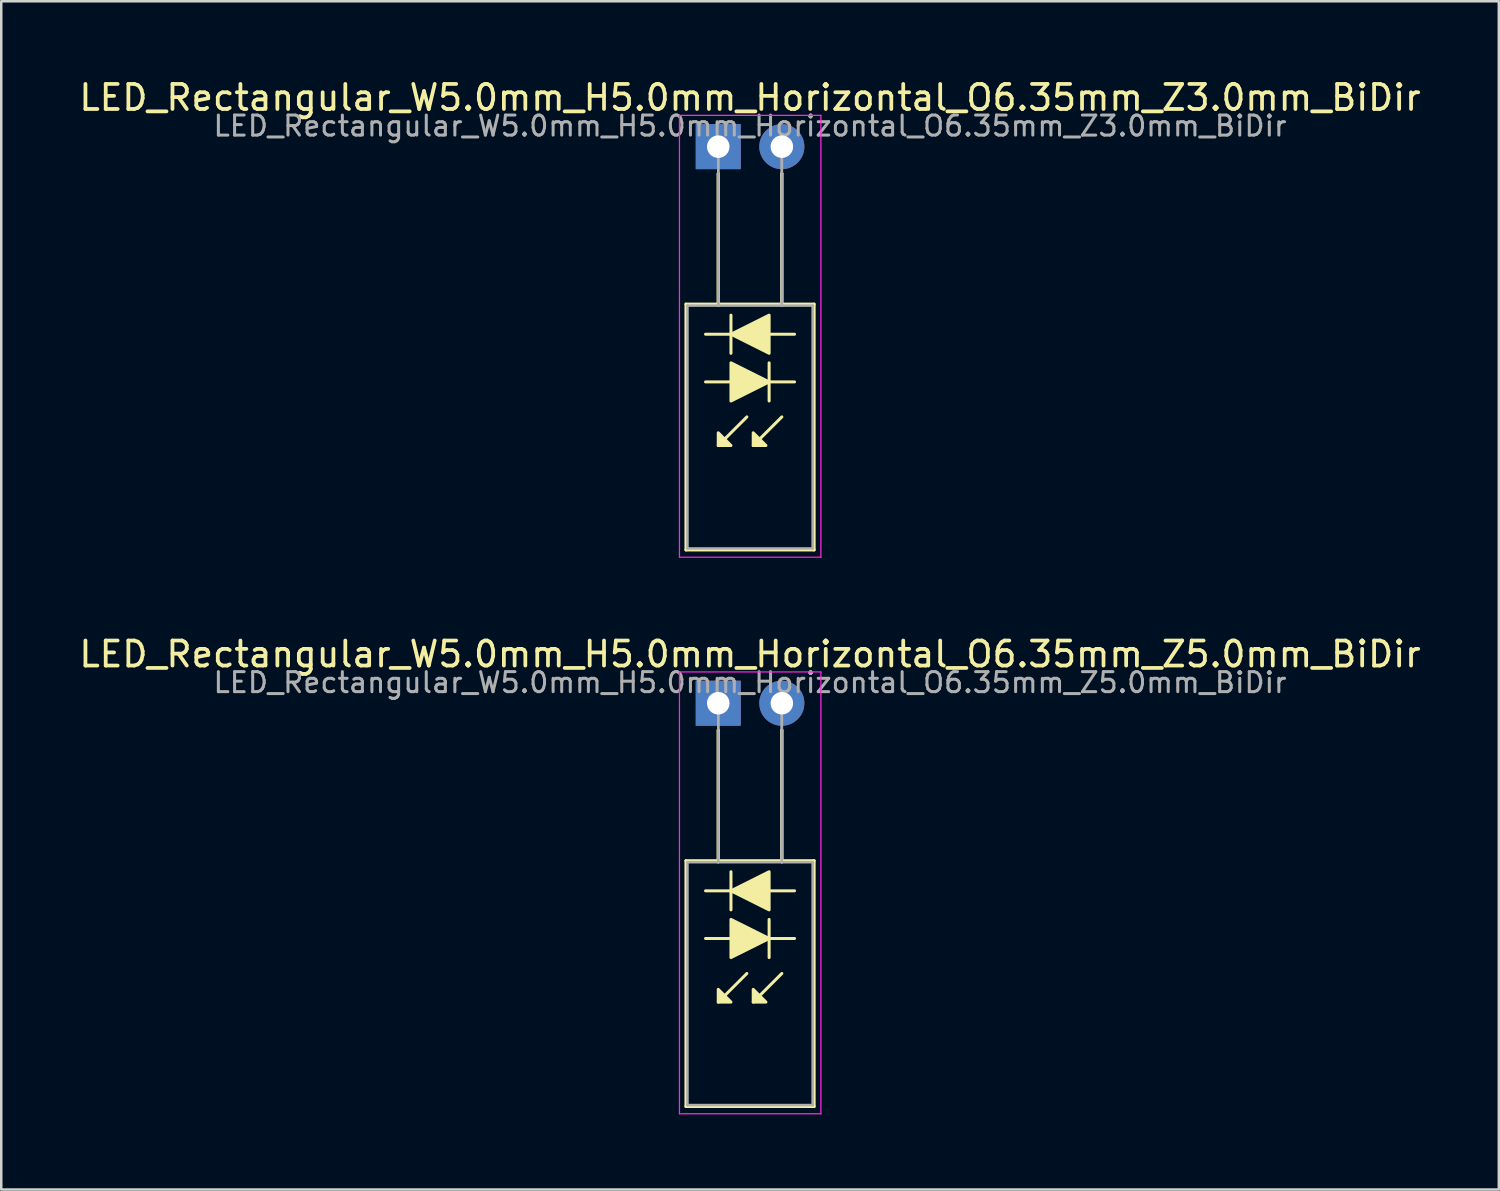
<source format=kicad_pcb>
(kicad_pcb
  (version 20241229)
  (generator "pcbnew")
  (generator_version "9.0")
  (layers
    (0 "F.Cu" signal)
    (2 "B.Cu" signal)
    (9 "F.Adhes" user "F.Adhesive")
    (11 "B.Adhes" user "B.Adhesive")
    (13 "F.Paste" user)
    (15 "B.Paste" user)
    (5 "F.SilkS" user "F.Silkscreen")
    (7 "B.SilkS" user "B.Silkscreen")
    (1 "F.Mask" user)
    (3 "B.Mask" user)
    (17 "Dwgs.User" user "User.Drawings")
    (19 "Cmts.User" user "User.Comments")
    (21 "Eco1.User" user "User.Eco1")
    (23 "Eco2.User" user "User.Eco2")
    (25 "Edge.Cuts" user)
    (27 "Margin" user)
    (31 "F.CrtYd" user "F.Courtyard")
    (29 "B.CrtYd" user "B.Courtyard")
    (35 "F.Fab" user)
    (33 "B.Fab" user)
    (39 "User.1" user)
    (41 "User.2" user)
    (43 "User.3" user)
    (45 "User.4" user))
  (footprint "LED_Rectangular_W5.0mm_H5.0mm_Horizontal_O6.35mm_Z3.0mm_BiDir"
    (layer "F.Cu")
    (at 25.641 2.808)
    (property "Reference" "LED_Rectangular_W5.0mm_H5.0mm_Horizontal_O6.35mm_Z3.0mm_BiDir" (at 1.27 -1.96 0) (layer "F.SilkS") (effects (font (size 1 1) (thickness 0.15))))
    (fp_line (start -1.29 6.29) (end -1.29 16.11) (stroke (width 0.12) (type solid)) (layer "F.SilkS"))
    (fp_line (start -1.29 16.11) (end 3.83 16.11) (stroke (width 0.12) (type solid)) (layer "F.SilkS"))
    (fp_line (start -0.508 9.398) (end 0.508 9.398) (stroke (width 0.12) (type solid)) (layer "F.SilkS"))
    (fp_line (start 0 1.08) (end 0 1.08) (stroke (width 0.12) (type solid)) (layer "F.SilkS"))
    (fp_line (start 0 1.08) (end 0 6.29) (stroke (width 0.12) (type solid)) (layer "F.SilkS"))
    (fp_line (start 0 6.29) (end 0 1.08) (stroke (width 0.12) (type solid)) (layer "F.SilkS"))
    (fp_line (start 0 6.29) (end 0 6.29) (stroke (width 0.12) (type solid)) (layer "F.SilkS"))
    (fp_line (start 0.508 6.731) (end 0.508 8.255) (stroke (width 0.12) (type solid)) (layer "F.SilkS"))
    (fp_line (start 0.508 7.493) (end -0.508 7.493) (stroke (width 0.12) (type solid)) (layer "F.SilkS"))
    (fp_line (start 1.143 10.795) (end 0 11.938) (stroke (width 0.12) (type solid)) (layer "F.SilkS"))
    (fp_line (start 2.032 9.398) (end 3.048 9.398) (stroke (width 0.12) (type solid)) (layer "F.SilkS"))
    (fp_line (start 2.032 10.16) (end 2.032 8.636) (stroke (width 0.12) (type solid)) (layer "F.SilkS"))
    (fp_line (start 2.54 1.08) (end 2.54 1.08) (stroke (width 0.12) (type solid)) (layer "F.SilkS"))
    (fp_line (start 2.54 1.08) (end 2.54 6.29) (stroke (width 0.12) (type solid)) (layer "F.SilkS"))
    (fp_line (start 2.54 6.29) (end 2.54 1.08) (stroke (width 0.12) (type solid)) (layer "F.SilkS"))
    (fp_line (start 2.54 6.29) (end 2.54 6.29) (stroke (width 0.12) (type solid)) (layer "F.SilkS"))
    (fp_line (start 2.54 10.795) (end 1.397 11.938) (stroke (width 0.12) (type solid)) (layer "F.SilkS"))
    (fp_line (start 3.048 7.493) (end 2.032 7.493) (stroke (width 0.12) (type solid)) (layer "F.SilkS"))
    (fp_line (start 3.83 6.29) (end -1.29 6.29) (stroke (width 0.12) (type solid)) (layer "F.SilkS"))
    (fp_line (start 3.83 16.11) (end 3.83 6.29) (stroke (width 0.12) (type solid)) (layer "F.SilkS"))
    (fp_poly (pts (xy 0 11.43) (xy 0.508 11.938) (xy 0 11.938)) (stroke (width 0.12) (type solid)) (fill yes) (layer "F.SilkS"))
    (fp_poly (pts (xy 0.508 8.636) (xy 2.032 9.398) (xy 0.508 10.16)) (stroke (width 0.12) (type solid)) (fill yes) (layer "F.SilkS"))
    (fp_poly (pts (xy 1.397 11.43) (xy 1.905 11.938) (xy 1.397 11.938)) (stroke (width 0.12) (type solid)) (fill yes) (layer "F.SilkS"))
    (fp_poly (pts (xy 2.032 8.255) (xy 0.508 7.493) (xy 2.032 6.731)) (stroke (width 0.12) (type solid)) (fill yes) (layer "F.SilkS"))
    (fp_line (start -1.55 -1.25) (end -1.55 16.4) (stroke (width 0.05) (type solid)) (layer "F.CrtYd"))
    (fp_line (start -1.55 16.4) (end 4.1 16.4) (stroke (width 0.05) (type solid)) (layer "F.CrtYd"))
    (fp_line (start 4.1 -1.25) (end -1.55 -1.25) (stroke (width 0.05) (type solid)) (layer "F.CrtYd"))
    (fp_line (start 4.1 16.4) (end 4.1 -1.25) (stroke (width 0.05) (type solid)) (layer "F.CrtYd"))
    (fp_line (start -1.23 6.35) (end -1.23 16.05) (stroke (width 0.1) (type solid)) (layer "F.Fab"))
    (fp_line (start -1.23 16.05) (end 3.77 16.05) (stroke (width 0.1) (type solid)) (layer "F.Fab"))
    (fp_line (start 0 0) (end 0 0) (stroke (width 0.1) (type solid)) (layer "F.Fab"))
    (fp_line (start 0 0) (end 0 6.35) (stroke (width 0.1) (type solid)) (layer "F.Fab"))
    (fp_line (start 0 6.35) (end 0 0) (stroke (width 0.1) (type solid)) (layer "F.Fab"))
    (fp_line (start 0 6.35) (end 0 6.35) (stroke (width 0.1) (type solid)) (layer "F.Fab"))
    (fp_line (start 2.54 0) (end 2.54 0) (stroke (width 0.1) (type solid)) (layer "F.Fab"))
    (fp_line (start 2.54 0) (end 2.54 6.35) (stroke (width 0.1) (type solid)) (layer "F.Fab"))
    (fp_line (start 2.54 6.35) (end 2.54 0) (stroke (width 0.1) (type solid)) (layer "F.Fab"))
    (fp_line (start 2.54 6.35) (end 2.54 6.35) (stroke (width 0.1) (type solid)) (layer "F.Fab"))
    (fp_line (start 3.77 6.35) (end -1.23 6.35) (stroke (width 0.1) (type solid)) (layer "F.Fab"))
    (fp_line (start 3.77 16.05) (end 3.77 6.35) (stroke (width 0.1) (type solid)) (layer "F.Fab"))
    (fp_text user "${REFERENCE}" (at 1.27 -0.826 0) (layer "F.Fab") (effects (font (size 0.8 0.8) (thickness 0.12))))
    (pad "1" thru_hole rect (at 0 0) (size 1.8 1.8) (drill 0.9) (layers "*.Cu" "*.Mask"))
    (pad "2" thru_hole circle (at 2.54 0) (size 1.8 1.8) (drill 0.9) (layers "*.Cu" "*.Mask")))
  (footprint "LED_Rectangular_W5.0mm_H5.0mm_Horizontal_O6.35mm_Z5.0mm_BiDir"
    (layer "F.Cu")
    (at 25.641 25.041)
    (property "Reference" "LED_Rectangular_W5.0mm_H5.0mm_Horizontal_O6.35mm_Z5.0mm_BiDir" (at 1.27 -1.96 0) (layer "F.SilkS") (effects (font (size 1 1) (thickness 0.15))))
    (fp_line (start -1.29 6.29) (end -1.29 16.11) (stroke (width 0.12) (type solid)) (layer "F.SilkS"))
    (fp_line (start -1.29 16.11) (end 3.83 16.11) (stroke (width 0.12) (type solid)) (layer "F.SilkS"))
    (fp_line (start -0.508 9.398) (end 0.508 9.398) (stroke (width 0.12) (type solid)) (layer "F.SilkS"))
    (fp_line (start 0 1.08) (end 0 1.08) (stroke (width 0.12) (type solid)) (layer "F.SilkS"))
    (fp_line (start 0 1.08) (end 0 6.29) (stroke (width 0.12) (type solid)) (layer "F.SilkS"))
    (fp_line (start 0 6.29) (end 0 1.08) (stroke (width 0.12) (type solid)) (layer "F.SilkS"))
    (fp_line (start 0 6.29) (end 0 6.29) (stroke (width 0.12) (type solid)) (layer "F.SilkS"))
    (fp_line (start 0.508 6.731) (end 0.508 8.255) (stroke (width 0.12) (type solid)) (layer "F.SilkS"))
    (fp_line (start 0.508 7.493) (end -0.508 7.493) (stroke (width 0.12) (type solid)) (layer "F.SilkS"))
    (fp_line (start 1.143 10.795) (end 0 11.938) (stroke (width 0.12) (type solid)) (layer "F.SilkS"))
    (fp_line (start 2.032 9.398) (end 3.048 9.398) (stroke (width 0.12) (type solid)) (layer "F.SilkS"))
    (fp_line (start 2.032 10.16) (end 2.032 8.636) (stroke (width 0.12) (type solid)) (layer "F.SilkS"))
    (fp_line (start 2.54 1.08) (end 2.54 1.08) (stroke (width 0.12) (type solid)) (layer "F.SilkS"))
    (fp_line (start 2.54 1.08) (end 2.54 6.29) (stroke (width 0.12) (type solid)) (layer "F.SilkS"))
    (fp_line (start 2.54 6.29) (end 2.54 1.08) (stroke (width 0.12) (type solid)) (layer "F.SilkS"))
    (fp_line (start 2.54 6.29) (end 2.54 6.29) (stroke (width 0.12) (type solid)) (layer "F.SilkS"))
    (fp_line (start 2.54 10.795) (end 1.397 11.938) (stroke (width 0.12) (type solid)) (layer "F.SilkS"))
    (fp_line (start 3.048 7.493) (end 2.032 7.493) (stroke (width 0.12) (type solid)) (layer "F.SilkS"))
    (fp_line (start 3.83 6.29) (end -1.29 6.29) (stroke (width 0.12) (type solid)) (layer "F.SilkS"))
    (fp_line (start 3.83 16.11) (end 3.83 6.29) (stroke (width 0.12) (type solid)) (layer "F.SilkS"))
    (fp_poly (pts (xy 0 11.43) (xy 0.508 11.938) (xy 0 11.938)) (stroke (width 0.12) (type solid)) (fill yes) (layer "F.SilkS"))
    (fp_poly (pts (xy 0.508 8.636) (xy 2.032 9.398) (xy 0.508 10.16)) (stroke (width 0.12) (type solid)) (fill yes) (layer "F.SilkS"))
    (fp_poly (pts (xy 1.397 11.43) (xy 1.905 11.938) (xy 1.397 11.938)) (stroke (width 0.12) (type solid)) (fill yes) (layer "F.SilkS"))
    (fp_poly (pts (xy 2.032 8.255) (xy 0.508 7.493) (xy 2.032 6.731)) (stroke (width 0.12) (type solid)) (fill yes) (layer "F.SilkS"))
    (fp_line (start -1.55 -1.25) (end -1.55 16.4) (stroke (width 0.05) (type solid)) (layer "F.CrtYd"))
    (fp_line (start -1.55 16.4) (end 4.1 16.4) (stroke (width 0.05) (type solid)) (layer "F.CrtYd"))
    (fp_line (start 4.1 -1.25) (end -1.55 -1.25) (stroke (width 0.05) (type solid)) (layer "F.CrtYd"))
    (fp_line (start 4.1 16.4) (end 4.1 -1.25) (stroke (width 0.05) (type solid)) (layer "F.CrtYd"))
    (fp_line (start -1.23 6.35) (end -1.23 16.05) (stroke (width 0.1) (type solid)) (layer "F.Fab"))
    (fp_line (start -1.23 16.05) (end 3.77 16.05) (stroke (width 0.1) (type solid)) (layer "F.Fab"))
    (fp_line (start 0 0) (end 0 0) (stroke (width 0.1) (type solid)) (layer "F.Fab"))
    (fp_line (start 0 0) (end 0 6.35) (stroke (width 0.1) (type solid)) (layer "F.Fab"))
    (fp_line (start 0 6.35) (end 0 0) (stroke (width 0.1) (type solid)) (layer "F.Fab"))
    (fp_line (start 0 6.35) (end 0 6.35) (stroke (width 0.1) (type solid)) (layer "F.Fab"))
    (fp_line (start 2.54 0) (end 2.54 0) (stroke (width 0.1) (type solid)) (layer "F.Fab"))
    (fp_line (start 2.54 0) (end 2.54 6.35) (stroke (width 0.1) (type solid)) (layer "F.Fab"))
    (fp_line (start 2.54 6.35) (end 2.54 0) (stroke (width 0.1) (type solid)) (layer "F.Fab"))
    (fp_line (start 2.54 6.35) (end 2.54 6.35) (stroke (width 0.1) (type solid)) (layer "F.Fab"))
    (fp_line (start 3.77 6.35) (end -1.23 6.35) (stroke (width 0.1) (type solid)) (layer "F.Fab"))
    (fp_line (start 3.77 16.05) (end 3.77 6.35) (stroke (width 0.1) (type solid)) (layer "F.Fab"))
    (fp_text user "${REFERENCE}" (at 1.27 -0.826 0) (layer "F.Fab") (effects (font (size 0.8 0.8) (thickness 0.12))))
    (pad "1" thru_hole rect (at 0 0) (size 1.8 1.8) (drill 0.9) (layers "*.Cu" "*.Mask"))
    (pad "2" thru_hole circle (at 2.54 0) (size 1.8 1.8) (drill 0.9) (layers "*.Cu" "*.Mask")))
  (gr_rect
    (start -3 -3)
    (end 56.821 44.467)
    (stroke (width 0.1) (type default))
    (fill no)
    (layer "Edge.Cuts")))
</source>
